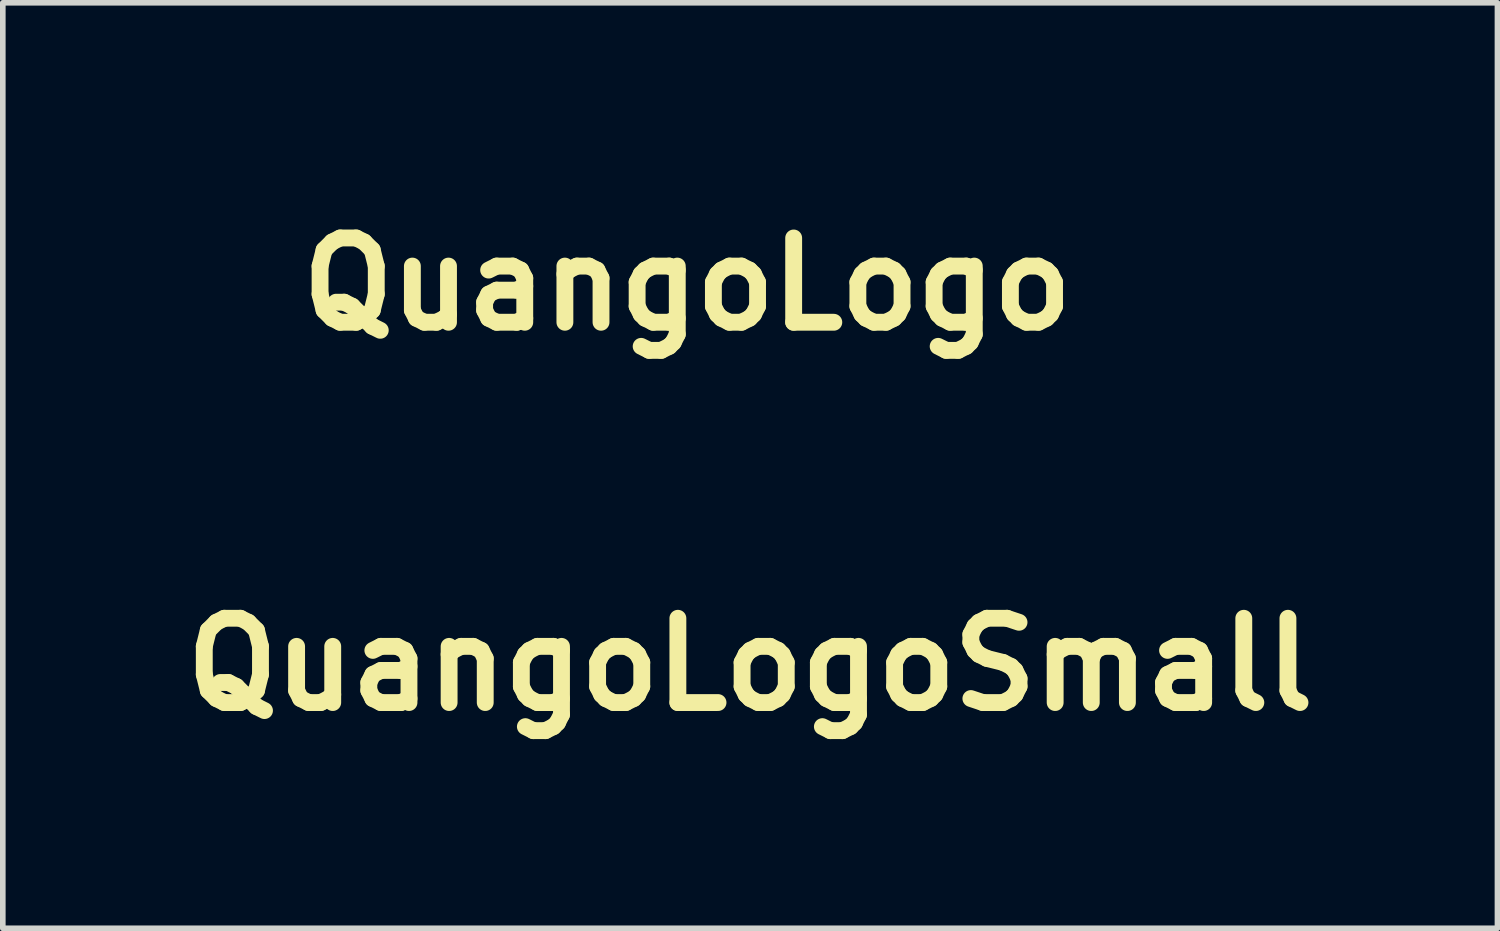
<source format=kicad_pcb>
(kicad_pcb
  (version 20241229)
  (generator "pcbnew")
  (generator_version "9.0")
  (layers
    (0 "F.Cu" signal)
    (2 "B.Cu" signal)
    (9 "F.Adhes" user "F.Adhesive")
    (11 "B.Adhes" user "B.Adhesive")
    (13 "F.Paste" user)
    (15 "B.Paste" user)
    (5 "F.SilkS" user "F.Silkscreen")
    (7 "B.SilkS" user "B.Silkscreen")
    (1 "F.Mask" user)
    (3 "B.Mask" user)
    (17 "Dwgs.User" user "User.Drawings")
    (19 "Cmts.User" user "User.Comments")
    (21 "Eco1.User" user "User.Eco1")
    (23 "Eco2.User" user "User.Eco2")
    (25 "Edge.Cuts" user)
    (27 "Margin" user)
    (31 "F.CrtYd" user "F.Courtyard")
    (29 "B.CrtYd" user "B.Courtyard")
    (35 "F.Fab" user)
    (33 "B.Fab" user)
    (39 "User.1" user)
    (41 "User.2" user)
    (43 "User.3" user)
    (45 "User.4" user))
  (footprint "QuangoLogoSmall"
    (layer "F.Cu")
    (at 10.3 8.775)
    (property "Reference" "QuangoLogoSmall" (at 0 0 0) (layer "F.SilkS") (effects (font (size 1.5 1.5) (thickness 0.3))))
    (attr board_only exclude_from_pos_files exclude_from_bom)
    (fp_poly (pts (xy 1.631 -1.417) (xy 1.929 -1.417) (xy 1.893 -0.609) (xy 1.876 -0.268) (xy 1.857 0.08) (xy 1.839 0.396) (xy 1.822 0.641) (xy 1.821 0.66) (xy 1.786 1.122) (xy 1.231 0.703) (xy 1.013 0.541) (xy 0.826 0.409) (xy 0.69 0.319) (xy 0.623 0.284) (xy 0.622 0.283) (xy 0.595 0.336) (xy 0.576 0.474) (xy 0.567 0.67) (xy 0.567 0.709) (xy 0.567 1.134) (xy 0.318 1.134) (xy 0.068 1.134) (xy 0.035 0.695) (xy 0.019 0.459) (xy 0.001 0.152) (xy -0.017 -0.186) (xy -0.032 -0.482) (xy -0.046 -0.767) (xy -0.063 -1.017) (xy -0.078 -1.207) (xy -0.092 -1.312) (xy -0.093 -1.318) (xy -0.095 -1.37) (xy -0.052 -1.4) (xy 0.06 -1.414) (xy 0.261 -1.417) (xy 0.286 -1.417) (xy 0.693 -1.417) (xy 1.033 -1.123) (xy 1.373 -0.828) (xy 1.353 -1.123) (xy 1.332 -1.417)) (stroke (width 0) (type solid)) (fill yes) (layer "F.Mask"))
    (fp_poly (pts (xy -3.544 -0.468) (xy -3.541 -0.066) (xy -3.53 0.236) (xy -3.508 0.452) (xy -3.471 0.597) (xy -3.415 0.683) (xy -3.336 0.725) (xy -3.231 0.737) (xy -3.222 0.737) (xy -3.046 0.737) (xy -3.087 -0.34) (xy -3.128 -1.417) (xy -2.719 -1.417) (xy -2.31 -1.417) (xy -2.346 -1.24) (xy -2.357 -1.127) (xy -2.367 -0.923) (xy -2.375 -0.649) (xy -2.38 -0.328) (xy -2.381 -0.023) (xy -2.381 0.367) (xy -2.386 0.659) (xy -2.407 0.868) (xy -2.451 1.007) (xy -2.53 1.093) (xy -2.652 1.138) (xy -2.827 1.16) (xy -3.064 1.172) (xy -3.145 1.175) (xy -3.403 1.184) (xy -3.584 1.177) (xy -3.722 1.149) (xy -3.853 1.097) (xy -3.912 1.067) (xy -4.066 0.974) (xy -4.191 0.859) (xy -4.291 0.711) (xy -4.37 0.515) (xy -4.434 0.258) (xy -4.486 -0.075) (xy -4.532 -0.495) (xy -4.568 -0.921) (xy -4.606 -1.417) (xy -4.075 -1.417) (xy -3.544 -1.417)) (stroke (width 0) (type solid)) (fill yes) (layer "F.Mask"))
    (fp_poly (pts (xy 4.046 -1.069) (xy 4.074 -0.785) (xy 4.085 -0.595) (xy 4.072 -0.48) (xy 4.031 -0.421) (xy 3.957 -0.4) (xy 3.853 -0.397) (xy 3.578 -0.355) (xy 3.356 -0.243) (xy 3.198 -0.076) (xy 3.119 0.127) (xy 3.133 0.349) (xy 3.18 0.462) (xy 3.267 0.551) (xy 3.412 0.645) (xy 3.567 0.716) (xy 3.662 0.737) (xy 3.676 0.686) (xy 3.675 0.553) (xy 3.661 0.397) (xy 3.623 0.057) (xy 3.965 0.057) (xy 4.308 0.057) (xy 4.272 0.581) (xy 4.254 0.813) (xy 4.237 0.998) (xy 4.221 1.109) (xy 4.215 1.13) (xy 4.146 1.148) (xy 3.994 1.161) (xy 3.79 1.168) (xy 3.566 1.17) (xy 3.351 1.165) (xy 3.176 1.154) (xy 3.086 1.141) (xy 2.725 0.996) (xy 2.439 0.771) (xy 2.237 0.478) (xy 2.126 0.125) (xy 2.116 0.045) (xy 2.122 -0.358) (xy 2.225 -0.708) (xy 2.421 -1) (xy 2.707 -1.225) (xy 2.774 -1.261) (xy 2.957 -1.344) (xy 3.125 -1.392) (xy 3.324 -1.413) (xy 3.546 -1.417) (xy 4.009 -1.417)) (stroke (width 0) (type solid)) (fill yes) (layer "F.Mask"))
    (fp_poly (pts (xy 5.917 -1.426) (xy 6.194 -1.253) (xy 6.41 -0.996) (xy 6.47 -0.881) (xy 6.544 -0.627) (xy 6.577 -0.311) (xy 6.568 0.023) (xy 6.519 0.33) (xy 6.459 0.51) (xy 6.278 0.824) (xy 6.063 1.036) (xy 5.799 1.155) (xy 5.488 1.19) (xy 5.189 1.155) (xy 4.99 1.07) (xy 4.836 0.965) (xy 4.72 0.852) (xy 4.611 0.694) (xy 4.522 0.539) (xy 4.458 0.399) (xy 4.419 0.245) (xy 4.401 0.042) (xy 4.4 0.021) (xy 5.196 0.021) (xy 5.207 0.221) (xy 5.26 0.408) (xy 5.35 0.551) (xy 5.47 0.621) (xy 5.5 0.624) (xy 5.608 0.579) (xy 5.706 0.477) (xy 5.784 0.288) (xy 5.805 0.071) (xy 5.772 -0.132) (xy 5.686 -0.28) (xy 5.673 -0.292) (xy 5.566 -0.368) (xy 5.5 -0.397) (xy 5.428 -0.364) (xy 5.326 -0.292) (xy 5.234 -0.16) (xy 5.196 0.021) (xy 4.4 0.021) (xy 4.396 -0.198) (xy 4.399 -0.456) (xy 4.414 -0.635) (xy 4.449 -0.774) (xy 4.511 -0.906) (xy 4.548 -0.97) (xy 4.715 -1.204) (xy 4.909 -1.358) (xy 5.167 -1.458) (xy 5.258 -1.481) (xy 5.599 -1.506)) (stroke (width 0) (type solid)) (fill yes) (layer "F.Mask"))
    (fp_poly (pts (xy -5.365 -1.426) (xy -5.088 -1.253) (xy -4.873 -0.996) (xy -4.812 -0.881) (xy -4.732 -0.604) (xy -4.701 -0.269) (xy -4.721 0.081) (xy -4.788 0.404) (xy -4.843 0.548) (xy -4.948 0.732) (xy -5.067 0.884) (xy -5.134 0.943) (xy -5.288 1.043) (xy -5.069 1.227) (xy -4.95 1.335) (xy -4.883 1.412) (xy -4.877 1.432) (xy -4.938 1.476) (xy -5.052 1.556) (xy -5.08 1.575) (xy -5.256 1.697) (xy -5.413 1.532) (xy -5.515 1.395) (xy -5.54 1.287) (xy -5.537 1.279) (xy -5.536 1.227) (xy -5.598 1.2) (xy -5.746 1.191) (xy -5.799 1.19) (xy -6.099 1.155) (xy -6.348 1.043) (xy -6.562 0.841) (xy -6.76 0.539) (xy -6.825 0.399) (xy -6.863 0.245) (xy -6.878 0.084) (xy -6.085 0.084) (xy -6.056 0.306) (xy -5.979 0.487) (xy -5.868 0.6) (xy -5.783 0.624) (xy -5.675 0.579) (xy -5.576 0.477) (xy -5.512 0.316) (xy -5.484 0.112) (xy -5.494 -0.088) (xy -5.542 -0.236) (xy -5.554 -0.252) (xy -5.663 -0.318) (xy -5.783 -0.34) (xy -5.947 -0.301) (xy -6.046 -0.179) (xy -6.085 0.034) (xy -6.085 0.084) (xy -6.878 0.084) (xy -6.882 0.042) (xy -6.887 -0.198) (xy -6.884 -0.456) (xy -6.868 -0.635) (xy -6.833 -0.774) (xy -6.771 -0.906) (xy -6.735 -0.97) (xy -6.568 -1.204) (xy -6.374 -1.358) (xy -6.116 -1.458) (xy -6.025 -1.481) (xy -5.684 -1.506)) (stroke (width 0) (type solid)) (fill yes) (layer "F.Mask"))
    (fp_poly (pts (xy -0.679 -1.091) (xy -0.641 -0.91) (xy -0.586 -0.663) (xy -0.521 -0.371) (xy -0.451 -0.058) (xy -0.379 0.254) (xy -0.312 0.542) (xy -0.255 0.784) (xy -0.213 0.958) (xy -0.193 1.035) (xy -0.189 1.084) (xy -0.228 1.113) (xy -0.33 1.128) (xy -0.516 1.134) (xy -0.625 1.134) (xy -0.856 1.131) (xy -0.997 1.119) (xy -1.074 1.093) (xy -1.109 1.046) (xy -1.118 1.019) (xy -1.141 0.949) (xy -1.182 0.935) (xy -1.273 0.978) (xy -1.352 1.024) (xy -1.48 1.087) (xy -1.562 1.101) (xy -1.574 1.091) (xy -1.619 1.004) (xy -1.666 0.935) (xy -1.722 0.872) (xy -1.755 0.9) (xy -1.779 0.983) (xy -1.819 1.082) (xy -1.897 1.125) (xy -2.042 1.134) (xy -2.184 1.123) (xy -2.262 1.095) (xy -2.268 1.084) (xy -2.255 1.013) (xy -2.221 0.854) (xy -2.172 0.638) (xy -1.643 0.638) (xy -1.609 0.673) (xy -1.497 0.658) (xy -1.468 0.652) (xy -1.333 0.618) (xy -1.256 0.591) (xy -1.252 0.589) (xy -1.253 0.525) (xy -1.285 0.401) (xy -1.335 0.256) (xy -1.389 0.134) (xy -1.428 0.079) (xy -1.477 0.105) (xy -1.537 0.217) (xy -1.595 0.391) (xy -1.628 0.531) (xy -1.643 0.638) (xy -2.172 0.638) (xy -2.169 0.625) (xy -2.105 0.349) (xy -2.074 0.219) (xy -1.998 -0.112) (xy -1.924 -0.443) (xy -1.861 -0.741) (xy -1.817 -0.97) (xy -1.81 -1.006) (xy -1.739 -1.417) (xy -1.242 -1.417) (xy -0.745 -1.417)) (stroke (width 0) (type solid)) (fill yes) (layer "F.Mask")))
  (footprint "QuangoLogo"
    (layer "F.Cu")
    (at 9.182 2.007)
    (property "Reference" "QuangoLogo" (at 0 0 0) (layer "F.SilkS") (effects (font (size 1.5 1.5) (thickness 0.3))))
    (attr board_only exclude_from_pos_files exclude_from_bom)
    (fp_poly (pts (xy 2.174 -1.89) (xy 2.572 -1.89) (xy 2.523 -0.813) (xy 2.501 -0.358) (xy 2.476 0.106) (xy 2.452 0.528) (xy 2.43 0.854) (xy 2.428 0.88) (xy 2.381 1.495) (xy 1.641 0.937) (xy 1.351 0.722) (xy 1.102 0.545) (xy 0.92 0.425) (xy 0.83 0.378) (xy 0.829 0.378) (xy 0.794 0.447) (xy 0.768 0.631) (xy 0.756 0.893) (xy 0.756 0.945) (xy 0.756 1.512) (xy 0.424 1.512) (xy 0.091 1.512) (xy 0.047 0.926) (xy 0.026 0.612) (xy 0.001 0.202) (xy -0.023 -0.247) (xy -0.042 -0.643) (xy -0.062 -1.023) (xy -0.083 -1.357) (xy -0.104 -1.61) (xy -0.122 -1.75) (xy -0.124 -1.758) (xy -0.127 -1.826) (xy -0.069 -1.866) (xy 0.08 -1.885) (xy 0.348 -1.89) (xy 0.382 -1.89) (xy 0.924 -1.89) (xy 1.378 -1.497) (xy 1.831 -1.105) (xy 1.804 -1.497) (xy 1.776 -1.89)) (stroke (width 0) (type solid)) (fill yes) (layer "F.Mask"))
    (fp_poly (pts (xy -4.725 -0.624) (xy -4.721 -0.088) (xy -4.707 0.314) (xy -4.678 0.603) (xy -4.628 0.795) (xy -4.553 0.911) (xy -4.448 0.967) (xy -4.308 0.983) (xy -4.296 0.983) (xy -4.061 0.983) (xy -4.116 -0.454) (xy -4.171 -1.89) (xy -3.626 -1.89) (xy -3.081 -1.89) (xy -3.128 -1.654) (xy -3.143 -1.503) (xy -3.156 -1.231) (xy -3.166 -0.866) (xy -3.173 -0.437) (xy -3.175 -0.031) (xy -3.175 0.49) (xy -3.182 0.879) (xy -3.209 1.157) (xy -3.268 1.343) (xy -3.373 1.457) (xy -3.536 1.518) (xy -3.769 1.546) (xy -4.085 1.562) (xy -4.193 1.567) (xy -4.537 1.578) (xy -4.778 1.569) (xy -4.963 1.533) (xy -5.138 1.462) (xy -5.216 1.423) (xy -5.421 1.298) (xy -5.588 1.146) (xy -5.721 0.948) (xy -5.827 0.687) (xy -5.912 0.344) (xy -5.982 -0.099) (xy -6.043 -0.66) (xy -6.09 -1.228) (xy -6.141 -1.89) (xy -5.433 -1.89) (xy -4.725 -1.89)) (stroke (width 0) (type solid)) (fill yes) (layer "F.Mask"))
    (fp_poly (pts (xy 5.394 -1.425) (xy 5.432 -1.047) (xy 5.446 -0.793) (xy 5.43 -0.64) (xy 5.375 -0.562) (xy 5.275 -0.533) (xy 5.137 -0.529) (xy 4.771 -0.474) (xy 4.474 -0.323) (xy 4.264 -0.101) (xy 4.159 0.169) (xy 4.178 0.465) (xy 4.239 0.616) (xy 4.356 0.735) (xy 4.55 0.861) (xy 4.756 0.955) (xy 4.883 0.983) (xy 4.902 0.915) (xy 4.9 0.738) (xy 4.882 0.529) (xy 4.831 0.076) (xy 5.287 0.076) (xy 5.744 0.076) (xy 5.696 0.775) (xy 5.672 1.083) (xy 5.649 1.33) (xy 5.628 1.479) (xy 5.62 1.507) (xy 5.528 1.531) (xy 5.325 1.548) (xy 5.054 1.558) (xy 4.754 1.56) (xy 4.467 1.554) (xy 4.235 1.539) (xy 4.114 1.521) (xy 3.633 1.328) (xy 3.252 1.029) (xy 2.982 0.637) (xy 2.835 0.166) (xy 2.821 0.06) (xy 2.829 -0.477) (xy 2.966 -0.944) (xy 3.228 -1.333) (xy 3.609 -1.634) (xy 3.699 -1.682) (xy 3.942 -1.792) (xy 4.167 -1.856) (xy 4.432 -1.884) (xy 4.727 -1.89) (xy 5.346 -1.89)) (stroke (width 0) (type solid)) (fill yes) (layer "F.Mask"))
    (fp_poly (pts (xy 7.89 -1.902) (xy 8.259 -1.671) (xy 8.547 -1.328) (xy 8.627 -1.175) (xy 8.726 -0.835) (xy 8.769 -0.414) (xy 8.758 0.031) (xy 8.692 0.44) (xy 8.612 0.68) (xy 8.371 1.099) (xy 8.084 1.381) (xy 7.732 1.54) (xy 7.318 1.587) (xy 6.918 1.54) (xy 6.654 1.426) (xy 6.448 1.287) (xy 6.293 1.136) (xy 6.148 0.926) (xy 6.029 0.718) (xy 5.944 0.532) (xy 5.893 0.327) (xy 5.868 0.056) (xy 5.867 0.029) (xy 6.928 0.029) (xy 6.942 0.294) (xy 7.013 0.543) (xy 7.133 0.735) (xy 7.294 0.828) (xy 7.333 0.832) (xy 7.477 0.773) (xy 7.608 0.637) (xy 7.711 0.384) (xy 7.74 0.094) (xy 7.696 -0.177) (xy 7.582 -0.374) (xy 7.564 -0.39) (xy 7.421 -0.49) (xy 7.333 -0.529) (xy 7.237 -0.486) (xy 7.102 -0.39) (xy 6.979 -0.213) (xy 6.928 0.029) (xy 5.867 0.029) (xy 5.861 -0.265) (xy 5.865 -0.608) (xy 5.886 -0.847) (xy 5.932 -1.032) (xy 6.015 -1.208) (xy 6.063 -1.293) (xy 6.286 -1.605) (xy 6.545 -1.81) (xy 6.889 -1.944) (xy 7.01 -1.975) (xy 7.465 -2.007)) (stroke (width 0) (type solid)) (fill yes) (layer "F.Mask"))
    (fp_poly (pts (xy -7.154 -1.902) (xy -6.784 -1.671) (xy -6.497 -1.328) (xy -6.416 -1.175) (xy -6.309 -0.805) (xy -6.269 -0.359) (xy -6.294 0.108) (xy -6.384 0.538) (xy -6.458 0.731) (xy -6.597 0.976) (xy -6.756 1.179) (xy -6.845 1.257) (xy -7.05 1.391) (xy -6.759 1.636) (xy -6.599 1.78) (xy -6.51 1.882) (xy -6.503 1.91) (xy -6.583 1.968) (xy -6.736 2.075) (xy -6.773 2.1) (xy -7.008 2.262) (xy -7.218 2.043) (xy -7.354 1.86) (xy -7.386 1.716) (xy -7.383 1.705) (xy -7.381 1.636) (xy -7.464 1.6) (xy -7.661 1.588) (xy -7.732 1.587) (xy -8.132 1.541) (xy -8.463 1.391) (xy -8.75 1.122) (xy -9.014 0.718) (xy -9.099 0.532) (xy -9.151 0.327) (xy -9.171 0.111) (xy -8.114 0.111) (xy -8.075 0.408) (xy -7.972 0.649) (xy -7.824 0.8) (xy -7.711 0.832) (xy -7.566 0.773) (xy -7.435 0.637) (xy -7.35 0.421) (xy -7.312 0.149) (xy -7.325 -0.117) (xy -7.389 -0.314) (xy -7.405 -0.336) (xy -7.55 -0.425) (xy -7.711 -0.454) (xy -7.93 -0.401) (xy -8.062 -0.238) (xy -8.113 0.046) (xy -8.114 0.111) (xy -9.171 0.111) (xy -9.176 0.056) (xy -9.182 -0.265) (xy -9.179 -0.608) (xy -9.158 -0.847) (xy -9.111 -1.032) (xy -9.029 -1.208) (xy -8.98 -1.293) (xy -8.757 -1.605) (xy -8.498 -1.81) (xy -8.154 -1.944) (xy -8.033 -1.975) (xy -7.579 -2.007)) (stroke (width 0) (type solid)) (fill yes) (layer "F.Mask"))
    (fp_poly (pts (xy -0.905 -1.455) (xy -0.854 -1.214) (xy -0.782 -0.884) (xy -0.695 -0.495) (xy -0.601 -0.077) (xy -0.506 0.339) (xy -0.417 0.723) (xy -0.341 1.046) (xy -0.285 1.277) (xy -0.257 1.38) (xy -0.252 1.445) (xy -0.304 1.485) (xy -0.44 1.505) (xy -0.688 1.511) (xy -0.834 1.512) (xy -1.141 1.508) (xy -1.33 1.493) (xy -1.432 1.457) (xy -1.479 1.395) (xy -1.491 1.359) (xy -1.522 1.266) (xy -1.577 1.247) (xy -1.697 1.304) (xy -1.802 1.366) (xy -1.974 1.449) (xy -2.083 1.467) (xy -2.098 1.454) (xy -2.159 1.339) (xy -2.222 1.246) (xy -2.296 1.162) (xy -2.34 1.2) (xy -2.372 1.311) (xy -2.425 1.442) (xy -2.529 1.5) (xy -2.723 1.512) (xy -2.912 1.497) (xy -3.016 1.46) (xy -3.024 1.445) (xy -3.007 1.351) (xy -2.961 1.138) (xy -2.896 0.851) (xy -2.191 0.851) (xy -2.145 0.898) (xy -1.996 0.877) (xy -1.958 0.869) (xy -1.777 0.825) (xy -1.674 0.788) (xy -1.67 0.785) (xy -1.67 0.701) (xy -1.714 0.534) (xy -1.78 0.342) (xy -1.851 0.179) (xy -1.903 0.105) (xy -1.97 0.14) (xy -2.049 0.29) (xy -2.127 0.522) (xy -2.171 0.708) (xy -2.191 0.851) (xy -2.896 0.851) (xy -2.892 0.834) (xy -2.807 0.465) (xy -2.766 0.292) (xy -2.664 -0.149) (xy -2.566 -0.591) (xy -2.482 -0.988) (xy -2.422 -1.293) (xy -2.414 -1.342) (xy -2.319 -1.89) (xy -1.656 -1.89) (xy -0.993 -1.89)) (stroke (width 0) (type solid)) (fill yes) (layer "F.Mask")))
  (gr_rect
    (start -3 -3)
    (end 23.6 13.471)
    (stroke (width 0.1) (type default))
    (fill no)
    (layer "Edge.Cuts")))
</source>
